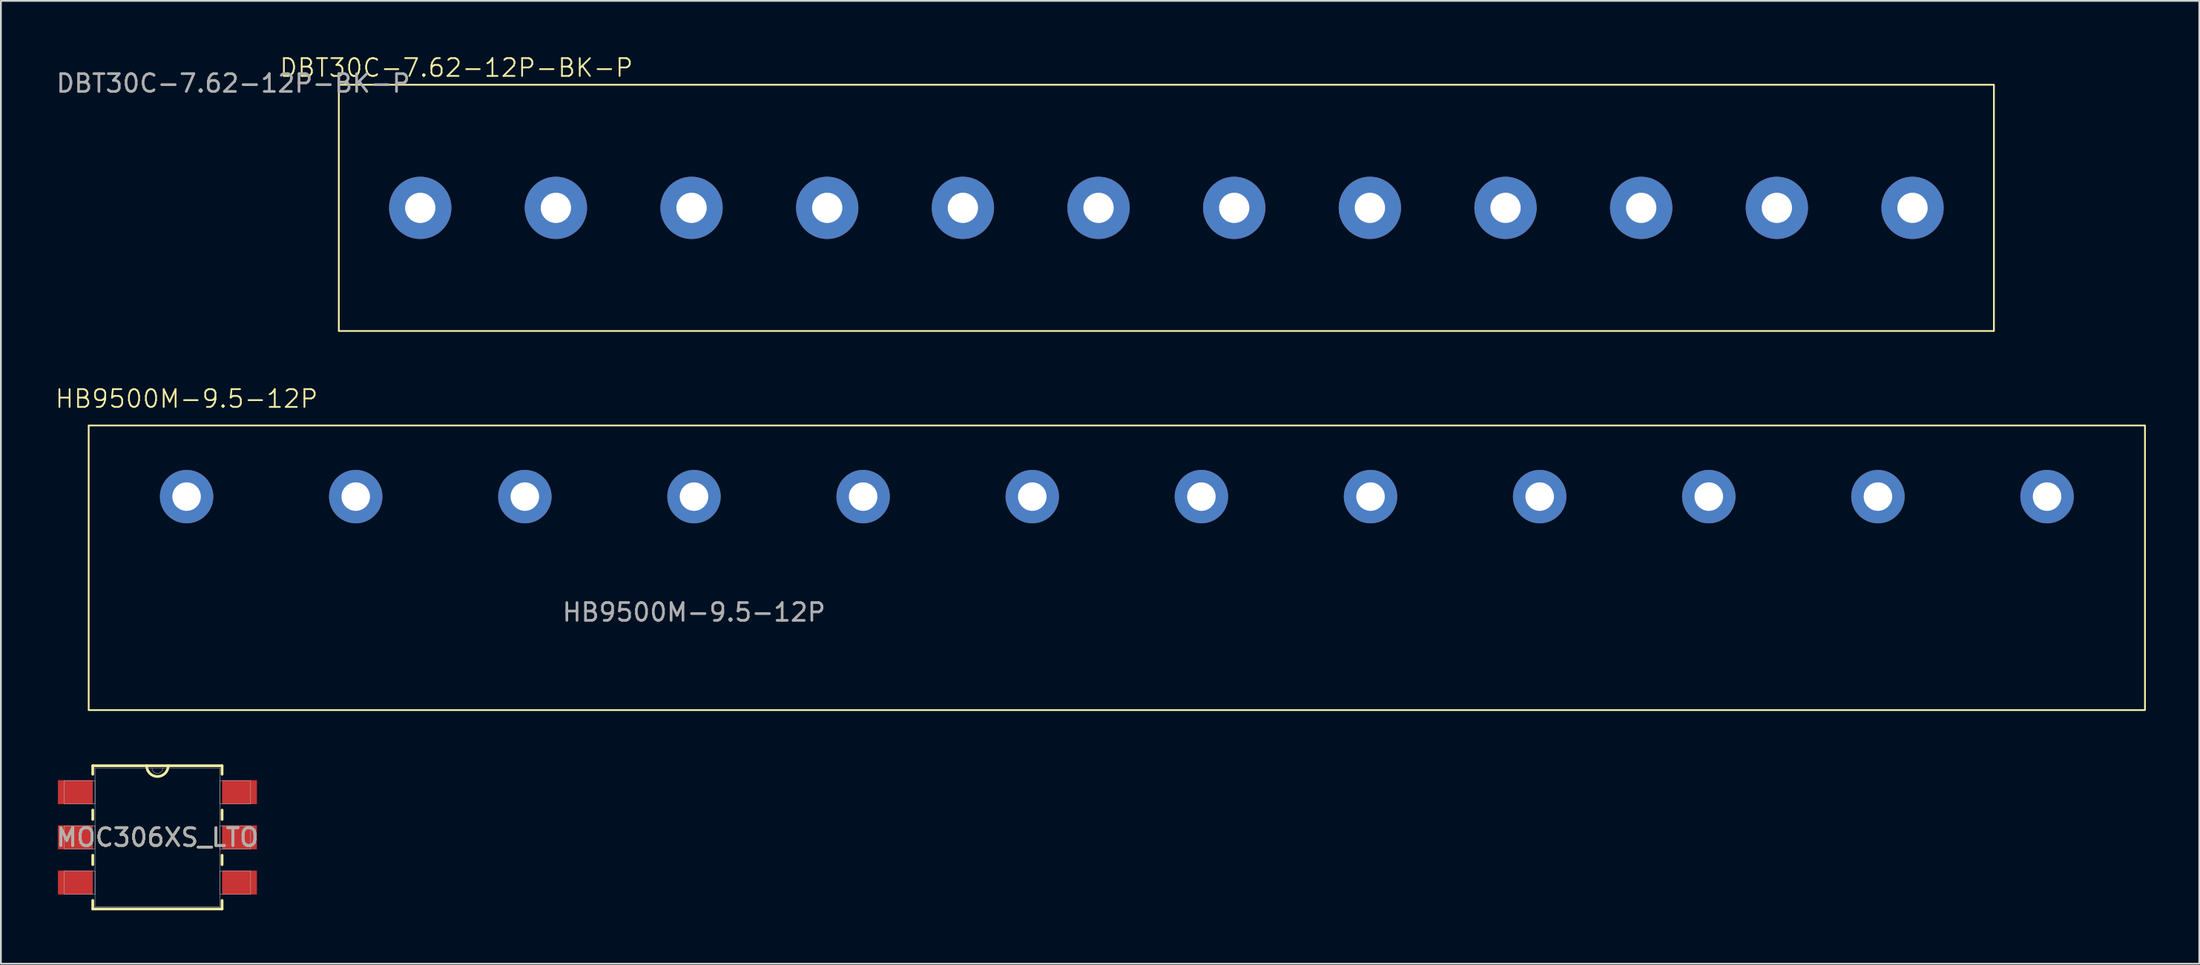
<source format=kicad_pcb>
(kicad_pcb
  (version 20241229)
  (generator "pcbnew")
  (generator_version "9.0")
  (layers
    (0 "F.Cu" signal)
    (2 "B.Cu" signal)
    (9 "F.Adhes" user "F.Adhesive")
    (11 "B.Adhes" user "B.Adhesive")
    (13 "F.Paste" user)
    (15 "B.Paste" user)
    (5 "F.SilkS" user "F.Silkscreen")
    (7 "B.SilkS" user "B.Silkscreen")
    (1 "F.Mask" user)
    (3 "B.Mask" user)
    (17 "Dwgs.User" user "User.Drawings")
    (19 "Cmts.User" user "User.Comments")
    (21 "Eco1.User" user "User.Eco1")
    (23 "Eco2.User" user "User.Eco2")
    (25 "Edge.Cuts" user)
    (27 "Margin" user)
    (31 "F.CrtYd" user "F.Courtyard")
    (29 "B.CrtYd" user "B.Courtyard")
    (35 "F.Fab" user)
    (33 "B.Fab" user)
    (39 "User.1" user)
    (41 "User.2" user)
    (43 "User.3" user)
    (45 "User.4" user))
  (footprint "HB9500M-9.5-12P"
    (layer "F.Cu")
    (at 7.431 24.866)
    (property "Reference" "HB9500M-9.5-12P" (at 0 -5.5 0) (unlocked yes) (layer "F.SilkS") (effects (font (size 1 1) (thickness 0.1))))
    (attr smd)
    (fp_rect (start -5.5 -4) (end 110 12) (stroke (width 0.1) (type default)) (fill no) (layer "F.SilkS"))
    (fp_text user "${REFERENCE}" (at 28.5 6.5 0) (unlocked yes) (layer "F.Fab") (effects (font (size 1 1) (thickness 0.15))))
    (pad "1" thru_hole circle (at 0 0) (size 3 3) (drill 1.6) (layers "*.Cu" "*.Mask"))
    (pad "2" thru_hole circle (at 9.5 0) (size 3 3) (drill 1.6) (layers "*.Cu" "*.Mask"))
    (pad "3" thru_hole circle (at 19 0) (size 3 3) (drill 1.6) (layers "*.Cu" "*.Mask"))
    (pad "4" thru_hole circle (at 28.5 0) (size 3 3) (drill 1.6) (layers "*.Cu" "*.Mask"))
    (pad "5" thru_hole circle (at 38 0) (size 3 3) (drill 1.6) (layers "*.Cu" "*.Mask"))
    (pad "6" thru_hole circle (at 47.5 0) (size 3 3) (drill 1.6) (layers "*.Cu" "*.Mask"))
    (pad "7" thru_hole circle (at 57 0) (size 3 3) (drill 1.6) (layers "*.Cu" "*.Mask"))
    (pad "8" thru_hole circle (at 66.5 0) (size 3 3) (drill 1.6) (layers "*.Cu" "*.Mask"))
    (pad "9" thru_hole circle (at 76 0) (size 3 3) (drill 1.6) (layers "*.Cu" "*.Mask"))
    (pad "10" thru_hole circle (at 85.5 0) (size 3 3) (drill 1.6) (layers "*.Cu" "*.Mask"))
    (pad "11" thru_hole circle (at 95 0) (size 3 3) (drill 1.6) (layers "*.Cu" "*.Mask"))
    (pad "12" thru_hole circle (at 104.5 0) (size 3 3) (drill 1.6) (layers "*.Cu" "*.Mask")))
  (footprint "DBT30C-7.62-12P-BK-P"
    (layer "F.Cu")
    (at 20.554 8.634)
    (property "Reference" "DBT30C-7.62-12P-BK-P" (at 2.032 -7.874 0) (unlocked yes) (layer "F.SilkS") (effects (font (size 1 1) (thickness 0.1))))
    (attr through_hole)
    (fp_rect (start -4.572 -6.921) (end 88.392 6.921) (stroke (width 0.1) (type default)) (fill no) (layer "F.SilkS"))
    (fp_text user "${REFERENCE}" (at -10.5 -7 0) (unlocked yes) (layer "F.Fab") (effects (font (size 1 1) (thickness 0.15))))
    (pad "1" thru_hole circle (at 0 0) (size 3.5 3.5) (drill 1.7) (layers "*.Cu" "*.Mask"))
    (pad "2" thru_hole circle (at 7.62 0) (size 3.5 3.5) (drill 1.7) (layers "*.Cu" "*.Mask"))
    (pad "3" thru_hole circle (at 15.24 0) (size 3.5 3.5) (drill 1.7) (layers "*.Cu" "*.Mask"))
    (pad "4" thru_hole circle (at 22.86 0) (size 3.5 3.5) (drill 1.7) (layers "*.Cu" "*.Mask"))
    (pad "5" thru_hole circle (at 30.48 0) (size 3.5 3.5) (drill 1.7) (layers "*.Cu" "*.Mask"))
    (pad "6" thru_hole circle (at 38.1 0) (size 3.5 3.5) (drill 1.7) (layers "*.Cu" "*.Mask"))
    (pad "7" thru_hole circle (at 45.72 0) (size 3.5 3.5) (drill 1.7) (layers "*.Cu" "*.Mask"))
    (pad "8" thru_hole circle (at 53.34 0) (size 3.5 3.5) (drill 1.7) (layers "*.Cu" "*.Mask"))
    (pad "9" thru_hole circle (at 60.96 0) (size 3.5 3.5) (drill 1.7) (layers "*.Cu" "*.Mask"))
    (pad "10" thru_hole circle (at 68.58 0) (size 3.5 3.5) (drill 1.7) (layers "*.Cu" "*.Mask"))
    (pad "11" thru_hole circle (at 76.2 0) (size 3.5 3.5) (drill 1.7) (layers "*.Cu" "*.Mask"))
    (pad "12" thru_hole circle (at 83.82 0) (size 3.5 3.5) (drill 1.7) (layers "*.Cu" "*.Mask")))
  (footprint "MOC306XS_LTO"
    (layer "F.Cu")
    (at 5.792 44.019)
    (property "Reference" "MOC306XS_LTO" (at 0 0 0) (unlocked yes) (layer "F.SilkS") (effects (font (size 1 1) (thickness 0.15))))
    (attr smd)
    (fp_line (start -3.632 -4.026) (end -3.632 -3.546) (stroke (width 0.152) (type solid)) (layer "F.SilkS"))
    (fp_line (start -3.632 -1.534) (end -3.632 -1.006) (stroke (width 0.152) (type solid)) (layer "F.SilkS"))
    (fp_line (start -3.632 1.006) (end -3.632 1.534) (stroke (width 0.152) (type solid)) (layer "F.SilkS"))
    (fp_line (start -3.632 3.546) (end -3.632 4.026) (stroke (width 0.152) (type solid)) (layer "F.SilkS"))
    (fp_line (start -3.632 4.026) (end 3.632 4.026) (stroke (width 0.152) (type solid)) (layer "F.SilkS"))
    (fp_line (start 3.632 -4.026) (end -3.632 -4.026) (stroke (width 0.152) (type solid)) (layer "F.SilkS"))
    (fp_line (start 3.632 -3.546) (end 3.632 -4.026) (stroke (width 0.152) (type solid)) (layer "F.SilkS"))
    (fp_line (start 3.632 -1.006) (end 3.632 -1.534) (stroke (width 0.152) (type solid)) (layer "F.SilkS"))
    (fp_line (start 3.632 1.534) (end 3.632 1.006) (stroke (width 0.152) (type solid)) (layer "F.SilkS"))
    (fp_line (start 3.632 4.026) (end 3.632 3.546) (stroke (width 0.152) (type solid)) (layer "F.SilkS"))
    (fp_arc (start 0.604952 -4.0259) (mid 0 -3.420948) (end -0.604952 -4.0259) (stroke (width 0.1524) (type solid)) (layer "F.SilkS"))
    (fp_line (start -5.232 -3.188) (end -5.232 -1.892) (stroke (width 0.025) (type solid)) (layer "F.Fab"))
    (fp_line (start -5.232 -1.892) (end -3.505 -1.892) (stroke (width 0.025) (type solid)) (layer "F.Fab"))
    (fp_line (start -5.232 -0.648) (end -5.232 0.648) (stroke (width 0.025) (type solid)) (layer "F.Fab"))
    (fp_line (start -5.232 0.648) (end -3.505 0.648) (stroke (width 0.025) (type solid)) (layer "F.Fab"))
    (fp_line (start -5.232 1.892) (end -5.232 3.188) (stroke (width 0.025) (type solid)) (layer "F.Fab"))
    (fp_line (start -5.232 3.188) (end -3.505 3.188) (stroke (width 0.025) (type solid)) (layer "F.Fab"))
    (fp_line (start -3.505 -3.899) (end -3.505 3.899) (stroke (width 0.025) (type solid)) (layer "F.Fab"))
    (fp_line (start -3.505 -3.188) (end -5.232 -3.188) (stroke (width 0.025) (type solid)) (layer "F.Fab"))
    (fp_line (start -3.505 -1.892) (end -3.505 -3.188) (stroke (width 0.025) (type solid)) (layer "F.Fab"))
    (fp_line (start -3.505 -0.648) (end -5.232 -0.648) (stroke (width 0.025) (type solid)) (layer "F.Fab"))
    (fp_line (start -3.505 0.648) (end -3.505 -0.648) (stroke (width 0.025) (type solid)) (layer "F.Fab"))
    (fp_line (start -3.505 1.892) (end -5.232 1.892) (stroke (width 0.025) (type solid)) (layer "F.Fab"))
    (fp_line (start -3.505 3.188) (end -3.505 1.892) (stroke (width 0.025) (type solid)) (layer "F.Fab"))
    (fp_line (start -3.505 3.899) (end 3.505 3.899) (stroke (width 0.025) (type solid)) (layer "F.Fab"))
    (fp_line (start 3.505 -3.899) (end -3.505 -3.899) (stroke (width 0.025) (type solid)) (layer "F.Fab"))
    (fp_line (start 3.505 -3.188) (end 3.505 -1.892) (stroke (width 0.025) (type solid)) (layer "F.Fab"))
    (fp_line (start 3.505 -1.892) (end 5.232 -1.892) (stroke (width 0.025) (type solid)) (layer "F.Fab"))
    (fp_line (start 3.505 -0.648) (end 3.505 0.648) (stroke (width 0.025) (type solid)) (layer "F.Fab"))
    (fp_line (start 3.505 0.648) (end 5.232 0.648) (stroke (width 0.025) (type solid)) (layer "F.Fab"))
    (fp_line (start 3.505 1.892) (end 3.505 3.188) (stroke (width 0.025) (type solid)) (layer "F.Fab"))
    (fp_line (start 3.505 3.188) (end 5.232 3.188) (stroke (width 0.025) (type solid)) (layer "F.Fab"))
    (fp_line (start 3.505 3.899) (end 3.505 -3.899) (stroke (width 0.025) (type solid)) (layer "F.Fab"))
    (fp_line (start 5.232 -3.188) (end 3.505 -3.188) (stroke (width 0.025) (type solid)) (layer "F.Fab"))
    (fp_line (start 5.232 -1.892) (end 5.232 -3.188) (stroke (width 0.025) (type solid)) (layer "F.Fab"))
    (fp_line (start 5.232 -0.648) (end 3.505 -0.648) (stroke (width 0.025) (type solid)) (layer "F.Fab"))
    (fp_line (start 5.232 0.648) (end 5.232 -0.648) (stroke (width 0.025) (type solid)) (layer "F.Fab"))
    (fp_line (start 5.232 1.892) (end 3.505 1.892) (stroke (width 0.025) (type solid)) (layer "F.Fab"))
    (fp_line (start 5.232 3.188) (end 5.232 1.892) (stroke (width 0.025) (type solid)) (layer "F.Fab"))
    (fp_arc (start 0.3048 -3.8989) (mid 0 -3.5941) (end -0.3048 -3.8989) (stroke (width 0.0254) (type solid)) (layer "F.Fab"))
    (fp_text user "${REFERENCE}" (at 0 0 0) (unlocked yes) (layer "F.Fab") (effects (font (size 1 1) (thickness 0.15))))
    (pad "1" smd rect (at -4.61 -2.54) (size 1.956 1.346) (layers "F.Cu" "F.Mask" "F.Paste"))
    (pad "2" smd rect (at -4.61 0) (size 1.956 1.346) (layers "F.Cu" "F.Mask" "F.Paste"))
    (pad "3" smd rect (at -4.61 2.54) (size 1.956 1.346) (layers "F.Cu" "F.Mask" "F.Paste"))
    (pad "4" smd rect (at 4.61 2.54) (size 1.956 1.346) (layers "F.Cu" "F.Mask" "F.Paste"))
    (pad "5" smd rect (at 4.61 0) (size 1.956 1.346) (layers "F.Cu" "F.Mask" "F.Paste"))
    (pad "6" smd rect (at 4.61 -2.54) (size 1.956 1.346) (layers "F.Cu" "F.Mask" "F.Paste")))
  (gr_rect
    (start -3 -3)
    (end 120.481 51.121)
    (stroke (width 0.1) (type default))
    (fill no)
    (layer "Edge.Cuts")))
</source>
